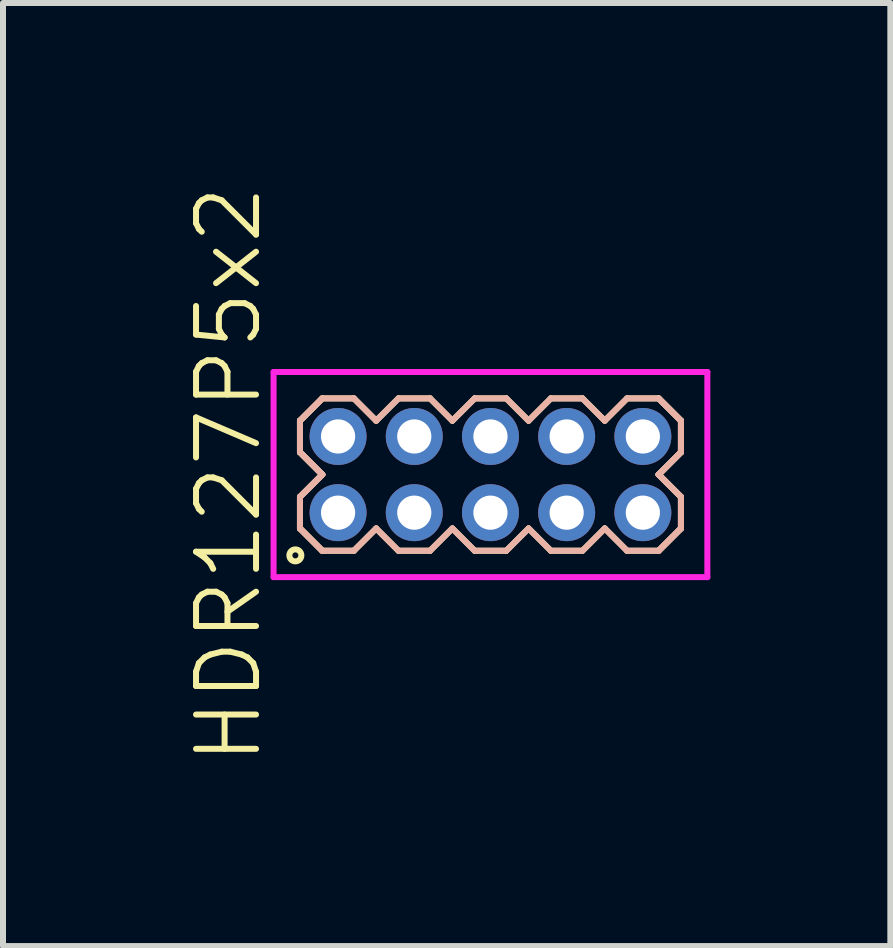
<source format=kicad_pcb>
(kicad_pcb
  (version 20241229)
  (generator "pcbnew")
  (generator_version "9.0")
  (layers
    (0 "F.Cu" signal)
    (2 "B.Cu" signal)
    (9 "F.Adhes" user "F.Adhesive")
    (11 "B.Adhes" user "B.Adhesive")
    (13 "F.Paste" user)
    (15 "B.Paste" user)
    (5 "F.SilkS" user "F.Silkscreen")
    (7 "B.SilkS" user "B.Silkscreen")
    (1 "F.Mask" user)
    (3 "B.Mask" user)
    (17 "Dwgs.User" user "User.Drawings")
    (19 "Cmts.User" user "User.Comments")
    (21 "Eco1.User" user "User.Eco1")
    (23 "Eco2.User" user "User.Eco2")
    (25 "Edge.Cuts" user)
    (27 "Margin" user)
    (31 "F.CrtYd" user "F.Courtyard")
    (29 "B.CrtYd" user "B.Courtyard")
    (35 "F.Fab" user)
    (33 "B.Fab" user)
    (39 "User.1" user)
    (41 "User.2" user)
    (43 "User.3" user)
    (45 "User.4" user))
  (footprint "HDR127P5x2"
    (layer "F.Cu")
    (at 5.125 4.86)
    (property "Reference" "HDR127P5x2" (at -4.365 0 90) (layer "F.SilkS") (effects (font (size 1 1) (thickness 0.1))))
    (attr through_hole)
    (fp_line (start -3.175 -0.898) (end -2.803 -1.27) (stroke (width 0.1) (type solid)) (layer "F.SilkS"))
    (fp_line (start -3.175 -0.898) (end -2.803 -1.27) (stroke (width 0.1) (type solid)) (layer "F.SilkS"))
    (fp_line (start -3.175 -0.372) (end -3.175 -0.898) (stroke (width 0.1) (type solid)) (layer "F.SilkS"))
    (fp_line (start -3.175 -0.372) (end -3.175 -0.898) (stroke (width 0.1) (type solid)) (layer "F.SilkS"))
    (fp_line (start -3.175 0.372) (end -2.803 0) (stroke (width 0.1) (type solid)) (layer "F.SilkS"))
    (fp_line (start -3.175 0.372) (end -2.803 0) (stroke (width 0.1) (type solid)) (layer "F.SilkS"))
    (fp_line (start -3.175 0.898) (end -3.175 0.372) (stroke (width 0.1) (type solid)) (layer "F.SilkS"))
    (fp_line (start -3.175 0.898) (end -3.175 0.372) (stroke (width 0.1) (type solid)) (layer "F.SilkS"))
    (fp_line (start -2.803 -1.27) (end -2.277 -1.27) (stroke (width 0.1) (type solid)) (layer "F.SilkS"))
    (fp_line (start -2.803 0) (end -3.175 -0.372) (stroke (width 0.1) (type solid)) (layer "F.SilkS"))
    (fp_line (start -2.803 0) (end -3.175 -0.372) (stroke (width 0.1) (type solid)) (layer "F.SilkS"))
    (fp_line (start -2.803 1.27) (end -3.175 0.898) (stroke (width 0.1) (type solid)) (layer "F.SilkS"))
    (fp_line (start -2.803 1.27) (end -3.175 0.898) (stroke (width 0.1) (type solid)) (layer "F.SilkS"))
    (fp_line (start -2.277 -1.27) (end -1.905 -0.898) (stroke (width 0.1) (type solid)) (layer "F.SilkS"))
    (fp_line (start -2.277 1.27) (end -2.803 1.27) (stroke (width 0.1) (type solid)) (layer "F.SilkS"))
    (fp_line (start -1.905 -0.898) (end -1.533 -1.27) (stroke (width 0.1) (type solid)) (layer "F.SilkS"))
    (fp_line (start -1.905 0.898) (end -2.277 1.27) (stroke (width 0.1) (type solid)) (layer "F.SilkS"))
    (fp_line (start -1.533 -1.27) (end -1.007 -1.27) (stroke (width 0.1) (type solid)) (layer "F.SilkS"))
    (fp_line (start -1.533 1.27) (end -1.905 0.898) (stroke (width 0.1) (type solid)) (layer "F.SilkS"))
    (fp_line (start -1.007 -1.27) (end -0.635 -0.898) (stroke (width 0.1) (type solid)) (layer "F.SilkS"))
    (fp_line (start -1.007 1.27) (end -1.533 1.27) (stroke (width 0.1) (type solid)) (layer "F.SilkS"))
    (fp_line (start -0.635 -0.898) (end -0.263 -1.27) (stroke (width 0.1) (type solid)) (layer "F.SilkS"))
    (fp_line (start -0.635 0.898) (end -1.007 1.27) (stroke (width 0.1) (type solid)) (layer "F.SilkS"))
    (fp_line (start -0.263 -1.27) (end 0.263 -1.27) (stroke (width 0.1) (type solid)) (layer "F.SilkS"))
    (fp_line (start -0.263 1.27) (end -0.635 0.898) (stroke (width 0.1) (type solid)) (layer "F.SilkS"))
    (fp_line (start 0.263 -1.27) (end 0.635 -0.898) (stroke (width 0.1) (type solid)) (layer "F.SilkS"))
    (fp_line (start 0.263 1.27) (end -0.263 1.27) (stroke (width 0.1) (type solid)) (layer "F.SilkS"))
    (fp_line (start 0.635 -0.898) (end 1.007 -1.27) (stroke (width 0.1) (type solid)) (layer "F.SilkS"))
    (fp_line (start 0.635 0.898) (end 0.263 1.27) (stroke (width 0.1) (type solid)) (layer "F.SilkS"))
    (fp_line (start 1.007 -1.27) (end 1.533 -1.27) (stroke (width 0.1) (type solid)) (layer "F.SilkS"))
    (fp_line (start 1.007 1.27) (end 0.635 0.898) (stroke (width 0.1) (type solid)) (layer "F.SilkS"))
    (fp_line (start 1.533 -1.27) (end 1.905 -0.898) (stroke (width 0.1) (type solid)) (layer "F.SilkS"))
    (fp_line (start 1.533 1.27) (end 1.007 1.27) (stroke (width 0.1) (type solid)) (layer "F.SilkS"))
    (fp_line (start 1.905 -0.898) (end 2.277 -1.27) (stroke (width 0.1) (type solid)) (layer "F.SilkS"))
    (fp_line (start 1.905 0.898) (end 1.533 1.27) (stroke (width 0.1) (type solid)) (layer "F.SilkS"))
    (fp_line (start 2.277 -1.27) (end 2.803 -1.27) (stroke (width 0.1) (type solid)) (layer "F.SilkS"))
    (fp_line (start 2.277 1.27) (end 1.905 0.898) (stroke (width 0.1) (type solid)) (layer "F.SilkS"))
    (fp_line (start 2.803 -1.27) (end 3.175 -0.898) (stroke (width 0.1) (type solid)) (layer "F.SilkS"))
    (fp_line (start 2.803 -1.27) (end 3.175 -0.898) (stroke (width 0.1) (type solid)) (layer "F.SilkS"))
    (fp_line (start 2.803 0) (end 3.175 0.372) (stroke (width 0.1) (type solid)) (layer "F.SilkS"))
    (fp_line (start 2.803 0) (end 3.175 0.372) (stroke (width 0.1) (type solid)) (layer "F.SilkS"))
    (fp_line (start 2.803 1.27) (end 2.277 1.27) (stroke (width 0.1) (type solid)) (layer "F.SilkS"))
    (fp_line (start 3.175 -0.898) (end 3.175 -0.372) (stroke (width 0.1) (type solid)) (layer "F.SilkS"))
    (fp_line (start 3.175 -0.898) (end 3.175 -0.372) (stroke (width 0.1) (type solid)) (layer "F.SilkS"))
    (fp_line (start 3.175 -0.372) (end 2.803 0) (stroke (width 0.1) (type solid)) (layer "F.SilkS"))
    (fp_line (start 3.175 -0.372) (end 2.803 0) (stroke (width 0.1) (type solid)) (layer "F.SilkS"))
    (fp_line (start 3.175 0.372) (end 3.175 0.898) (stroke (width 0.1) (type solid)) (layer "F.SilkS"))
    (fp_line (start 3.175 0.372) (end 3.175 0.898) (stroke (width 0.1) (type solid)) (layer "F.SilkS"))
    (fp_line (start 3.175 0.898) (end 2.803 1.27) (stroke (width 0.1) (type solid)) (layer "F.SilkS"))
    (fp_line (start 3.175 0.898) (end 2.803 1.27) (stroke (width 0.1) (type solid)) (layer "F.SilkS"))
    (fp_circle (center -3.252 1.347) (end -3.152 1.347) (stroke (width 0.1) (type solid)) (fill no) (layer "F.SilkS"))
    (fp_line (start -3.175 -0.898) (end -2.803 -1.27) (stroke (width 0.1) (type solid)) (layer "B.SilkS"))
    (fp_line (start -3.175 -0.898) (end -2.803 -1.27) (stroke (width 0.1) (type solid)) (layer "B.SilkS"))
    (fp_line (start -3.175 -0.372) (end -3.175 -0.898) (stroke (width 0.1) (type solid)) (layer "B.SilkS"))
    (fp_line (start -3.175 -0.372) (end -3.175 -0.898) (stroke (width 0.1) (type solid)) (layer "B.SilkS"))
    (fp_line (start -3.175 0.372) (end -2.803 0) (stroke (width 0.1) (type solid)) (layer "B.SilkS"))
    (fp_line (start -3.175 0.372) (end -2.803 0) (stroke (width 0.1) (type solid)) (layer "B.SilkS"))
    (fp_line (start -3.175 0.898) (end -3.175 0.372) (stroke (width 0.1) (type solid)) (layer "B.SilkS"))
    (fp_line (start -3.175 0.898) (end -3.175 0.372) (stroke (width 0.1) (type solid)) (layer "B.SilkS"))
    (fp_line (start -2.803 -1.27) (end -2.277 -1.27) (stroke (width 0.1) (type solid)) (layer "B.SilkS"))
    (fp_line (start -2.803 0) (end -3.175 -0.372) (stroke (width 0.1) (type solid)) (layer "B.SilkS"))
    (fp_line (start -2.803 0) (end -3.175 -0.372) (stroke (width 0.1) (type solid)) (layer "B.SilkS"))
    (fp_line (start -2.803 1.27) (end -3.175 0.898) (stroke (width 0.1) (type solid)) (layer "B.SilkS"))
    (fp_line (start -2.803 1.27) (end -3.175 0.898) (stroke (width 0.1) (type solid)) (layer "B.SilkS"))
    (fp_line (start -2.277 -1.27) (end -1.905 -0.898) (stroke (width 0.1) (type solid)) (layer "B.SilkS"))
    (fp_line (start -2.277 1.27) (end -2.803 1.27) (stroke (width 0.1) (type solid)) (layer "B.SilkS"))
    (fp_line (start -1.905 -0.898) (end -1.533 -1.27) (stroke (width 0.1) (type solid)) (layer "B.SilkS"))
    (fp_line (start -1.905 0.898) (end -2.277 1.27) (stroke (width 0.1) (type solid)) (layer "B.SilkS"))
    (fp_line (start -1.533 -1.27) (end -1.007 -1.27) (stroke (width 0.1) (type solid)) (layer "B.SilkS"))
    (fp_line (start -1.533 1.27) (end -1.905 0.898) (stroke (width 0.1) (type solid)) (layer "B.SilkS"))
    (fp_line (start -1.007 -1.27) (end -0.635 -0.898) (stroke (width 0.1) (type solid)) (layer "B.SilkS"))
    (fp_line (start -1.007 1.27) (end -1.533 1.27) (stroke (width 0.1) (type solid)) (layer "B.SilkS"))
    (fp_line (start -0.635 -0.898) (end -0.263 -1.27) (stroke (width 0.1) (type solid)) (layer "B.SilkS"))
    (fp_line (start -0.635 0.898) (end -1.007 1.27) (stroke (width 0.1) (type solid)) (layer "B.SilkS"))
    (fp_line (start -0.263 -1.27) (end 0.263 -1.27) (stroke (width 0.1) (type solid)) (layer "B.SilkS"))
    (fp_line (start -0.263 1.27) (end -0.635 0.898) (stroke (width 0.1) (type solid)) (layer "B.SilkS"))
    (fp_line (start 0.263 -1.27) (end 0.635 -0.898) (stroke (width 0.1) (type solid)) (layer "B.SilkS"))
    (fp_line (start 0.263 1.27) (end -0.263 1.27) (stroke (width 0.1) (type solid)) (layer "B.SilkS"))
    (fp_line (start 0.635 -0.898) (end 1.007 -1.27) (stroke (width 0.1) (type solid)) (layer "B.SilkS"))
    (fp_line (start 0.635 0.898) (end 0.263 1.27) (stroke (width 0.1) (type solid)) (layer "B.SilkS"))
    (fp_line (start 1.007 -1.27) (end 1.533 -1.27) (stroke (width 0.1) (type solid)) (layer "B.SilkS"))
    (fp_line (start 1.007 1.27) (end 0.635 0.898) (stroke (width 0.1) (type solid)) (layer "B.SilkS"))
    (fp_line (start 1.533 -1.27) (end 1.905 -0.898) (stroke (width 0.1) (type solid)) (layer "B.SilkS"))
    (fp_line (start 1.533 1.27) (end 1.007 1.27) (stroke (width 0.1) (type solid)) (layer "B.SilkS"))
    (fp_line (start 1.905 -0.898) (end 2.277 -1.27) (stroke (width 0.1) (type solid)) (layer "B.SilkS"))
    (fp_line (start 1.905 0.898) (end 1.533 1.27) (stroke (width 0.1) (type solid)) (layer "B.SilkS"))
    (fp_line (start 2.277 -1.27) (end 2.803 -1.27) (stroke (width 0.1) (type solid)) (layer "B.SilkS"))
    (fp_line (start 2.277 1.27) (end 1.905 0.898) (stroke (width 0.1) (type solid)) (layer "B.SilkS"))
    (fp_line (start 2.803 -1.27) (end 3.175 -0.898) (stroke (width 0.1) (type solid)) (layer "B.SilkS"))
    (fp_line (start 2.803 -1.27) (end 3.175 -0.898) (stroke (width 0.1) (type solid)) (layer "B.SilkS"))
    (fp_line (start 2.803 0) (end 3.175 0.372) (stroke (width 0.1) (type solid)) (layer "B.SilkS"))
    (fp_line (start 2.803 0) (end 3.175 0.372) (stroke (width 0.1) (type solid)) (layer "B.SilkS"))
    (fp_line (start 2.803 1.27) (end 2.277 1.27) (stroke (width 0.1) (type solid)) (layer "B.SilkS"))
    (fp_line (start 3.175 -0.898) (end 3.175 -0.372) (stroke (width 0.1) (type solid)) (layer "B.SilkS"))
    (fp_line (start 3.175 -0.898) (end 3.175 -0.372) (stroke (width 0.1) (type solid)) (layer "B.SilkS"))
    (fp_line (start 3.175 -0.372) (end 2.803 0) (stroke (width 0.1) (type solid)) (layer "B.SilkS"))
    (fp_line (start 3.175 -0.372) (end 2.803 0) (stroke (width 0.1) (type solid)) (layer "B.SilkS"))
    (fp_line (start 3.175 0.372) (end 3.175 0.898) (stroke (width 0.1) (type solid)) (layer "B.SilkS"))
    (fp_line (start 3.175 0.372) (end 3.175 0.898) (stroke (width 0.1) (type solid)) (layer "B.SilkS"))
    (fp_line (start 3.175 0.898) (end 2.803 1.27) (stroke (width 0.1) (type solid)) (layer "B.SilkS"))
    (fp_line (start 3.175 0.898) (end 2.803 1.27) (stroke (width 0.1) (type solid)) (layer "B.SilkS"))
    (fp_line (start -3.615 -1.71) (end -3.615 1.71) (stroke (width 0.1) (type solid)) (layer "F.CrtYd"))
    (fp_line (start -3.615 1.71) (end 3.615 1.71) (stroke (width 0.1) (type solid)) (layer "F.CrtYd"))
    (fp_line (start 3.615 -1.71) (end -3.615 -1.71) (stroke (width 0.1) (type solid)) (layer "F.CrtYd"))
    (fp_line (start 3.615 1.71) (end 3.615 -1.71) (stroke (width 0.1) (type solid)) (layer "F.CrtYd"))
    (pad "1" thru_hole oval (at -2.54 0.635) (size 0.95 0.95) (drill 0.57) (layers "*.Cu" "*.Mask"))
    (pad "2" thru_hole oval (at -2.54 -0.635) (size 0.95 0.95) (drill 0.57) (layers "*.Cu" "*.Mask"))
    (pad "3" thru_hole oval (at -1.27 0.635) (size 0.95 0.95) (drill 0.57) (layers "*.Cu" "*.Mask"))
    (pad "4" thru_hole oval (at -1.27 -0.635) (size 0.95 0.95) (drill 0.57) (layers "*.Cu" "*.Mask"))
    (pad "5" thru_hole oval (at 0 0.635) (size 0.95 0.95) (drill 0.57) (layers "*.Cu" "*.Mask"))
    (pad "6" thru_hole oval (at 0 -0.635) (size 0.95 0.95) (drill 0.57) (layers "*.Cu" "*.Mask"))
    (pad "7" thru_hole oval (at 1.27 0.635) (size 0.95 0.95) (drill 0.57) (layers "*.Cu" "*.Mask"))
    (pad "8" thru_hole oval (at 1.27 -0.635) (size 0.95 0.95) (drill 0.57) (layers "*.Cu" "*.Mask"))
    (pad "9" thru_hole oval (at 2.54 0.635) (size 0.95 0.95) (drill 0.57) (layers "*.Cu" "*.Mask"))
    (pad "10" thru_hole oval (at 2.54 -0.635) (size 0.95 0.95) (drill 0.57) (layers "*.Cu" "*.Mask")))
  (gr_rect
    (start -3 -3)
    (end 11.79 12.719)
    (stroke (width 0.1) (type default))
    (fill no)
    (layer "Edge.Cuts")))
</source>
